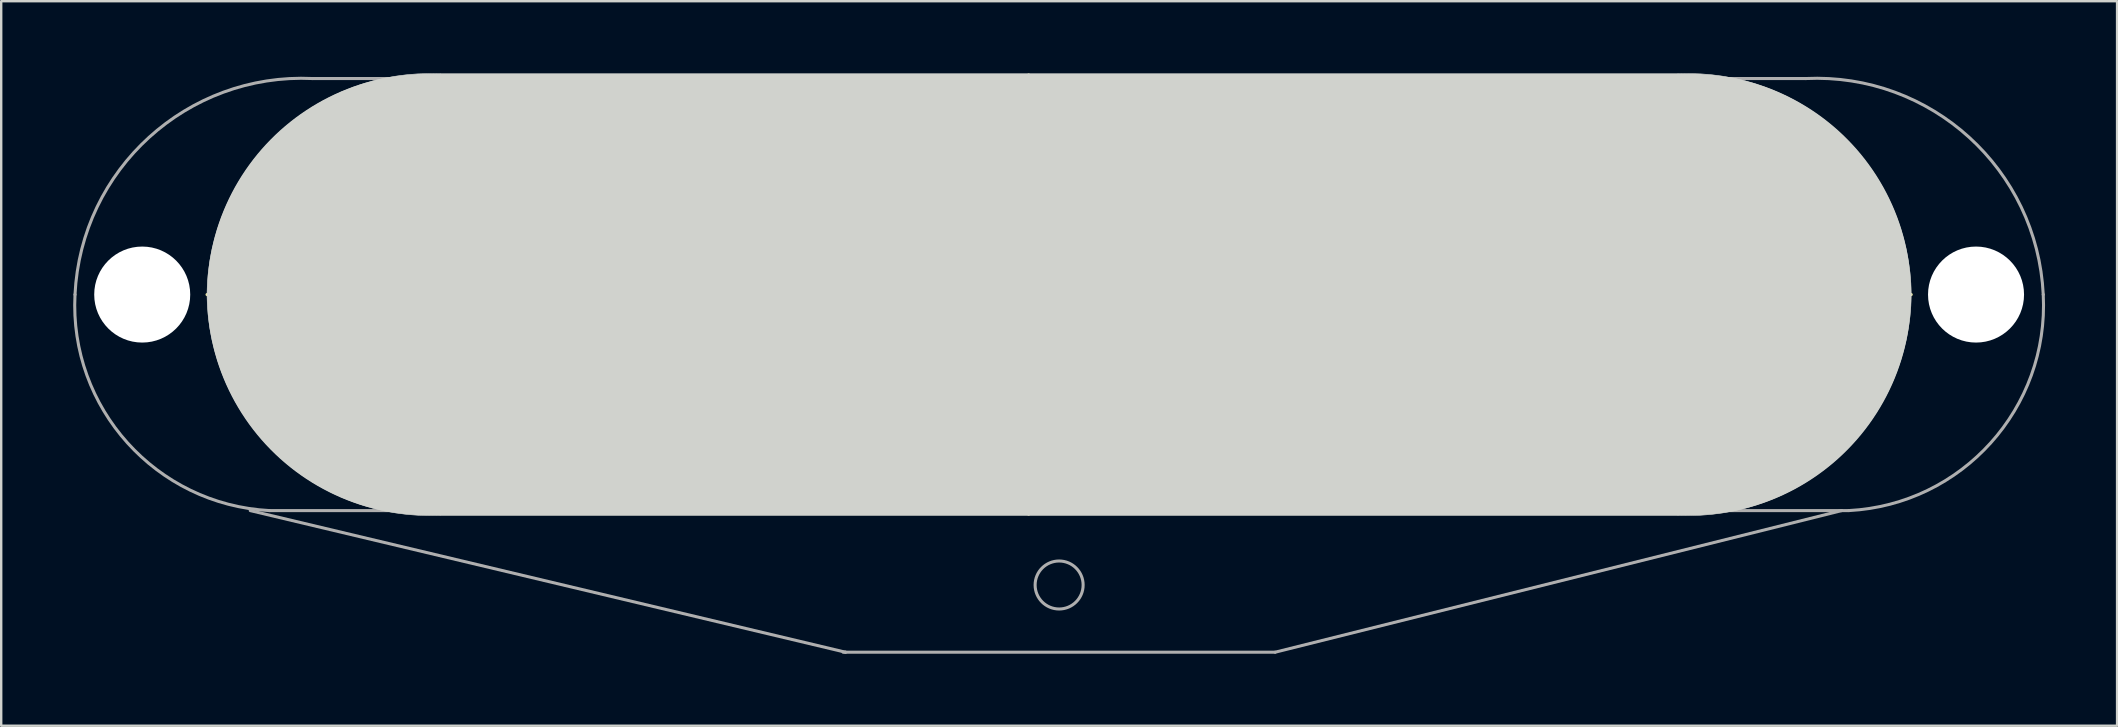
<source format=kicad_pcb>
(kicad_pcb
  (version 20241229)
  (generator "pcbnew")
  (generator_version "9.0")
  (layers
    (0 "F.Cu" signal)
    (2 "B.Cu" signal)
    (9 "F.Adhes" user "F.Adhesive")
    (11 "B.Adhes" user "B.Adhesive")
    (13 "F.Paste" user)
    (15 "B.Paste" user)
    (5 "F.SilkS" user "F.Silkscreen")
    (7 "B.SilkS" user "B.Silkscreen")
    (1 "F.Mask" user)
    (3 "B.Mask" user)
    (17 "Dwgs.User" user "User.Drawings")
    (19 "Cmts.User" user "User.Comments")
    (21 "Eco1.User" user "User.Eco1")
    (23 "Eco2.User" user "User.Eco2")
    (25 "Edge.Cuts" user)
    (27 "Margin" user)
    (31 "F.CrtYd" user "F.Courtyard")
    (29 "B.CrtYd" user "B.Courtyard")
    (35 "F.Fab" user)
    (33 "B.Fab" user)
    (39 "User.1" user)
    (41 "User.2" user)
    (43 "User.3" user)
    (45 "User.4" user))
  (footprint "SINGLE_COIL_CUTOUT_MILLING"
    (layer "F.Cu")
    (at 41.075 9.222)
    (property "Reference" "SINGLE_COIL_CUTOUT_MILLING" (at 0 0 0) (layer "F.SilkS") (effects (font (size 1.27 1.27) (thickness 0.15))))
    (attr through_hole)
    (fp_line (start -35.5 0) (end 35.5 0) (stroke (width 0.127) (type solid)) (layer "F.SilkS"))
    (fp_line (start -1.27 -9.15) (end -1.27 9.15) (stroke (width 0.127) (type solid)) (layer "F.SilkS"))
    (fp_line (start -26.3 0) (end 26.3 0) (stroke (width 18.4) (type solid)) (layer "Edge.Cuts"))
    (fp_line (start -25.78 -9.2) (end 25.78 -9.2) (stroke (width 0.025) (type solid)) (layer "Edge.Cuts"))
    (fp_line (start 25.78 9.2) (end -25.78 9.2) (stroke (width 0.025) (type solid)) (layer "Edge.Cuts"))
    (fp_arc (start -35.5 0) (mid -32.592812 -6.662851) (end -25.780456 -9.200001) (stroke (width 0.0254) (type solid)) (layer "Edge.Cuts"))
    (fp_arc (start -25.780456 9.2) (mid -32.592812 6.662851) (end -35.499999 0) (stroke (width 0.0254) (type solid)) (layer "Edge.Cuts"))
    (fp_arc (start 25.780456 -9.2) (mid 32.592812 -6.662851) (end 35.499999 0) (stroke (width 0.0254) (type solid)) (layer "Edge.Cuts"))
    (fp_arc (start 35.5 0) (mid 32.592812 6.662851) (end 25.780456 9.200001) (stroke (width 0.0254) (type solid)) (layer "Edge.Cuts"))
    (fp_line (start -32.899 9) (end 32.6 9) (stroke (width 0.127) (type solid)) (layer "F.Fab"))
    (fp_line (start -9 14.9) (end -8.9 14.9) (stroke (width 0.127) (type solid)) (layer "F.Fab"))
    (fp_line (start -8.9 14.9) (end -33.7 9) (stroke (width 0.127) (type solid)) (layer "F.Fab"))
    (fp_line (start -8.9 14.9) (end 9 14.9) (stroke (width 0.127) (type solid)) (layer "F.Fab"))
    (fp_line (start 9 14.9) (end 32.6 9) (stroke (width 0.127) (type solid)) (layer "F.Fab"))
    (fp_line (start 31.101 -9) (end -31.101 -9) (stroke (width 0.127) (type solid)) (layer "F.Fab"))
    (fp_line (start 32.6 9) (end 32.899 9) (stroke (width 0.127) (type solid)) (layer "F.Fab"))
    (fp_arc (start -41 0) (mid -37.914214 -6.550252) (end -31.100506 -9) (stroke (width 0.127) (type solid)) (layer "F.Fab"))
    (fp_arc (start -32.899492 9) (mid -38.813707 6.17767) (end -41 0) (stroke (width 0.127) (type solid)) (layer "F.Fab"))
    (fp_arc (start 31.100506 -9) (mid 37.914214 -6.550252) (end 41 0) (stroke (width 0.127) (type solid)) (layer "F.Fab"))
    (fp_arc (start 41 -0.000001) (mid 38.813708 6.177669) (end 32.899493 9) (stroke (width 0.127) (type solid)) (layer "F.Fab"))
    (fp_circle (center -25 0) (end -22.4 0) (stroke (width 0.127) (type solid)) (fill no) (layer "F.Fab"))
    (fp_circle (center -15 0) (end -12.4 0) (stroke (width 0.127) (type solid)) (fill no) (layer "F.Fab"))
    (fp_circle (center -5 0) (end -2.4 0) (stroke (width 0.127) (type solid)) (fill no) (layer "F.Fab"))
    (fp_circle (center 0 12.1) (end 1 12.1) (stroke (width 0.127) (type solid)) (fill no) (layer "F.Fab"))
    (fp_circle (center 5 0) (end 7.6 0) (stroke (width 0.127) (type solid)) (fill no) (layer "F.Fab"))
    (fp_circle (center 15 0) (end 17.6 0) (stroke (width 0.127) (type solid)) (fill no) (layer "F.Fab"))
    (fp_circle (center 25 0) (end 27.6 0) (stroke (width 0.127) (type solid)) (fill no) (layer "F.Fab"))
    (fp_text user "CUT OUT " (at -21.59 3.81 0) (layer "Edge.Cuts") (effects (font (size 6.032 6.032) (thickness 0.064)) (justify left bottom)))
    (pad "" np_thru_hole circle (at -38.2 0) (size 4 4) (drill 4) (layers "*.Cu" "*.Mask"))
    (pad "" np_thru_hole circle (at 38.2 0) (size 4 4) (drill 4) (layers "*.Cu" "*.Mask")))
  (gr_rect
    (start -3 -3)
    (end 85.151 27.186)
    (stroke (width 0.1) (type default))
    (fill no)
    (layer "Edge.Cuts")))
</source>
